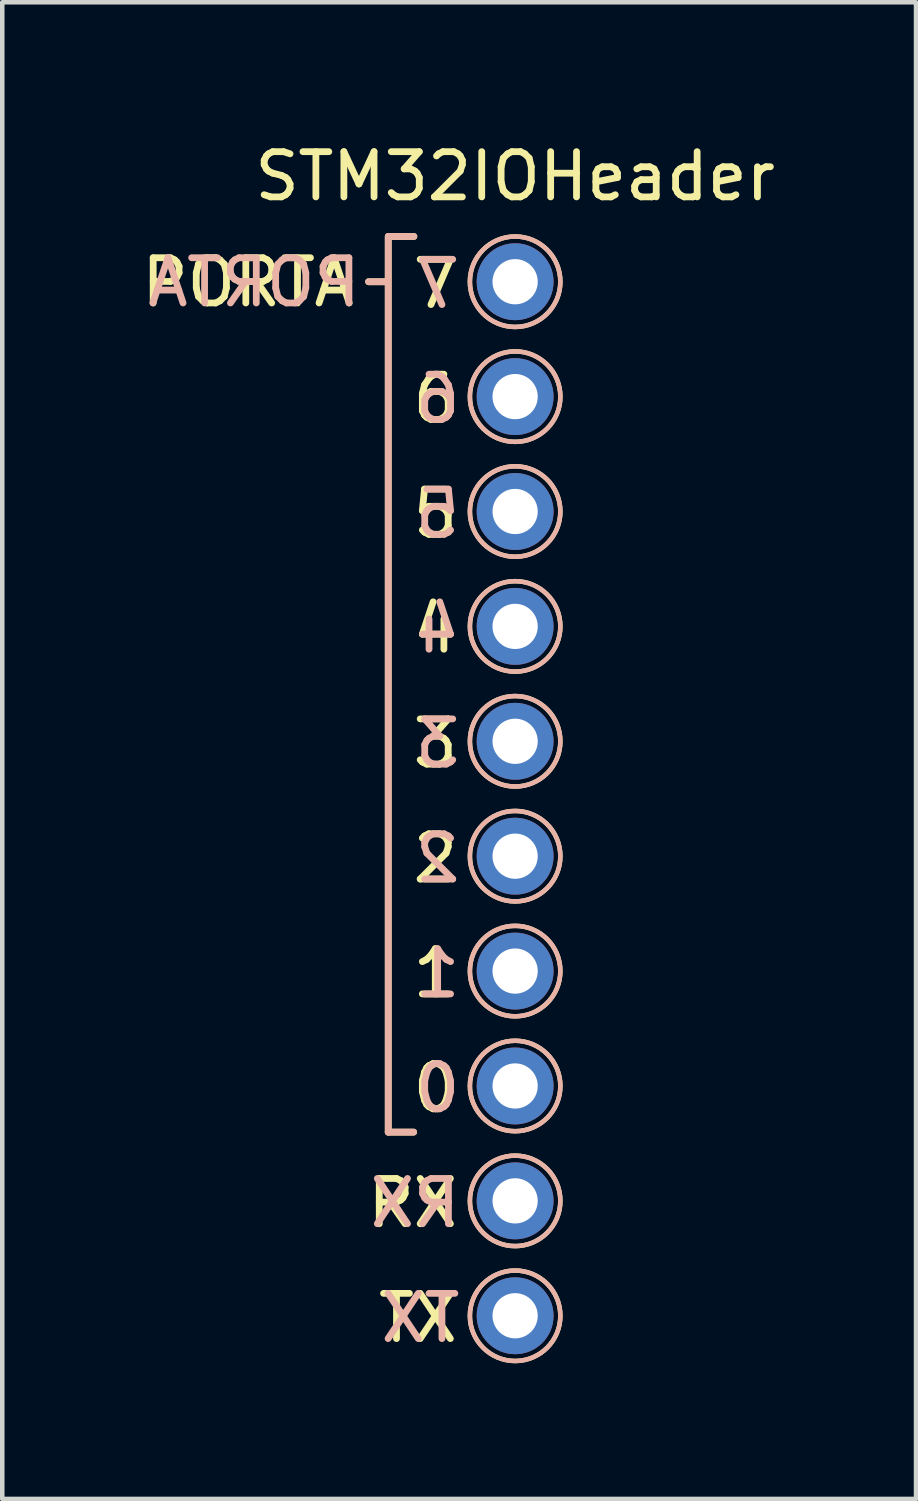
<source format=kicad_pcb>
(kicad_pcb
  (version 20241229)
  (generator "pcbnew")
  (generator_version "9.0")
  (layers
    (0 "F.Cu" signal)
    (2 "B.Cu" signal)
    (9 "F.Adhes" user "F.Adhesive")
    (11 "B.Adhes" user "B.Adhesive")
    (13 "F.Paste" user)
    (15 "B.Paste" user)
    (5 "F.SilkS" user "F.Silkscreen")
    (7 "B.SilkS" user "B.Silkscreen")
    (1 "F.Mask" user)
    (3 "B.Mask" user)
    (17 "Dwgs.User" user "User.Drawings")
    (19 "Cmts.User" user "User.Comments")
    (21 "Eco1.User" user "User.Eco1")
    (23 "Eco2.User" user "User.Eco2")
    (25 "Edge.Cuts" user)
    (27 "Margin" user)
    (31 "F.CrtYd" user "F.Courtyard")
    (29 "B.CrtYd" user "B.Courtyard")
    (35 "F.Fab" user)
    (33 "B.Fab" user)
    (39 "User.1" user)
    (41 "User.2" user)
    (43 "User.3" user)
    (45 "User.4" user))
  (footprint "STM32IOHeader"
    (layer "F.Cu")
    (at 8.338 3.178)
    (property "Reference" "STM32IOHeader" (at 0 -2.33 0) (layer "F.SilkS") (effects (font (size 1 1) (thickness 0.15))))
    (attr through_hole)
    (fp_line (start -3.24 0) (end -2.838 0) (stroke (width 0.15) (type default)) (layer "F.SilkS"))
    (fp_line (start -2.805 18.8) (end -2.805 -1) (stroke (width 0.15) (type default)) (layer "F.SilkS"))
    (fp_line (start -2.8 -1) (end -2.238 -1) (stroke (width 0.15) (type default)) (layer "F.SilkS"))
    (fp_line (start -2.243 18.8) (end -2.805 18.8) (stroke (width 0.15) (type default)) (layer "F.SilkS"))
    (fp_circle (center 0 0) (end 1 0) (stroke (width 0.1) (type default)) (fill no) (layer "F.SilkS"))
    (fp_circle (center 0 2.54) (end 1 2.54) (stroke (width 0.1) (type default)) (fill no) (layer "F.SilkS"))
    (fp_circle (center 0 5.08) (end 1 5.08) (stroke (width 0.1) (type default)) (fill no) (layer "F.SilkS"))
    (fp_circle (center 0 7.62) (end 1 7.62) (stroke (width 0.1) (type default)) (fill no) (layer "F.SilkS"))
    (fp_circle (center 0 10.16) (end 1 10.16) (stroke (width 0.1) (type default)) (fill no) (layer "F.SilkS"))
    (fp_circle (center 0 12.7) (end 1 12.7) (stroke (width 0.1) (type default)) (fill no) (layer "F.SilkS"))
    (fp_circle (center 0 15.24) (end 1 15.24) (stroke (width 0.1) (type default)) (fill no) (layer "F.SilkS"))
    (fp_circle (center 0 17.78) (end 1 17.78) (stroke (width 0.1) (type default)) (fill no) (layer "F.SilkS"))
    (fp_circle (center 0 20.32) (end 1 20.32) (stroke (width 0.1) (type default)) (fill no) (layer "F.SilkS"))
    (fp_circle (center 0 22.86) (end 1 22.86) (stroke (width 0.1) (type default)) (fill no) (layer "F.SilkS"))
    (fp_line (start -3.24 0) (end -2.838 0) (stroke (width 0.15) (type default)) (layer "B.SilkS"))
    (fp_line (start -2.805 -1) (end -2.805 18.8) (stroke (width 0.15) (type default)) (layer "B.SilkS"))
    (fp_line (start -2.8 -1) (end -2.238 -1) (stroke (width 0.15) (type default)) (layer "B.SilkS"))
    (fp_line (start -2.243 18.8) (end -2.805 18.8) (stroke (width 0.15) (type default)) (layer "B.SilkS"))
    (fp_circle (center 0 0) (end -1 0) (stroke (width 0.1) (type default)) (fill no) (layer "B.SilkS"))
    (fp_circle (center 0 2.54) (end -1 2.54) (stroke (width 0.1) (type default)) (fill no) (layer "B.SilkS"))
    (fp_circle (center 0 5.08) (end -1 5.08) (stroke (width 0.1) (type default)) (fill no) (layer "B.SilkS"))
    (fp_circle (center 0 7.62) (end -1 7.62) (stroke (width 0.1) (type default)) (fill no) (layer "B.SilkS"))
    (fp_circle (center 0 10.16) (end -1 10.16) (stroke (width 0.1) (type default)) (fill no) (layer "B.SilkS"))
    (fp_circle (center 0 12.7) (end -1 12.7) (stroke (width 0.1) (type default)) (fill no) (layer "B.SilkS"))
    (fp_circle (center 0 15.24) (end -1 15.24) (stroke (width 0.1) (type default)) (fill no) (layer "B.SilkS"))
    (fp_circle (center 0 17.78) (end -1 17.78) (stroke (width 0.1) (type default)) (fill no) (layer "B.SilkS"))
    (fp_circle (center 0 20.32) (end -1 20.32) (stroke (width 0.1) (type default)) (fill no) (layer "B.SilkS"))
    (fp_circle (center 0 22.86) (end -1 22.86) (stroke (width 0.1) (type default)) (fill no) (layer "B.SilkS"))
    (fp_text user "2" (at -2.34 13.335 0) (unlocked yes) (layer "F.SilkS") (effects (font (size 1 1) (thickness 0.15)) (justify left bottom)))
    (fp_text user "TX" (at -3.102 23.495 0) (unlocked yes) (layer "F.SilkS") (effects (font (size 1 1) (thickness 0.15)) (justify left bottom)))
    (fp_text user "3" (at -2.34 10.795 0) (unlocked yes) (layer "F.SilkS") (effects (font (size 1 1) (thickness 0.15)) (justify left bottom)))
    (fp_text user "4" (at -2.34 8.255 0) (unlocked yes) (layer "F.SilkS") (effects (font (size 1 1) (thickness 0.15)) (justify left bottom)))
    (fp_text user "6" (at -2.34 3.175 0) (unlocked yes) (layer "F.SilkS") (effects (font (size 1 1) (thickness 0.15)) (justify left bottom)))
    (fp_text user "7" (at -2.34 0.635 0) (unlocked yes) (layer "F.SilkS") (effects (font (size 1 1) (thickness 0.15)) (justify left bottom)))
    (fp_text user "0" (at -2.34 18.415 0) (unlocked yes) (layer "F.SilkS") (effects (font (size 1 1) (thickness 0.15)) (justify left bottom)))
    (fp_text user "RX" (at -3.34 20.955 0) (unlocked yes) (layer "F.SilkS") (effects (font (size 1 1) (thickness 0.15)) (justify left bottom)))
    (fp_text user "1" (at -2.34 15.875 0) (unlocked yes) (layer "F.SilkS") (effects (font (size 1 1) (thickness 0.15)) (justify left bottom)))
    (fp_text user "5" (at -2.34 5.715 0) (unlocked yes) (layer "F.SilkS") (effects (font (size 1 1) (thickness 0.15)) (justify left bottom)))
    (fp_text user "PORTA" (at -8.338 0.6 0) (unlocked yes) (layer "F.SilkS") (effects (font (size 1 1) (thickness 0.15)) (justify left bottom)))
    (fp_text user "0" (at -1.138 18.415 0) (unlocked yes) (layer "B.SilkS") (effects (font (size 1 1) (thickness 0.15)) (justify left bottom mirror)))
    (fp_text user "7" (at -1.138 0.635 0) (unlocked yes) (layer "B.SilkS") (effects (font (size 1 1) (thickness 0.15)) (justify left bottom mirror)))
    (fp_text user "1" (at -1.138 15.875 0) (unlocked yes) (layer "B.SilkS") (effects (font (size 1 1) (thickness 0.15)) (justify left bottom mirror)))
    (fp_text user "4" (at -1.138 8.255 0) (unlocked yes) (layer "B.SilkS") (effects (font (size 1 1) (thickness 0.15)) (justify left bottom mirror)))
    (fp_text user "2" (at -1.138 13.335 0) (unlocked yes) (layer "B.SilkS") (effects (font (size 1 1) (thickness 0.15)) (justify left bottom mirror)))
    (fp_text user "5" (at -1.138 5.715 0) (unlocked yes) (layer "B.SilkS") (effects (font (size 1 1) (thickness 0.15)) (justify left bottom mirror)))
    (fp_text user "RX" (at -1.138 20.955 0) (unlocked yes) (layer "B.SilkS") (effects (font (size 1 1) (thickness 0.15)) (justify left bottom mirror)))
    (fp_text user "3" (at -1.138 10.795 0) (unlocked yes) (layer "B.SilkS") (effects (font (size 1 1) (thickness 0.15)) (justify left bottom mirror)))
    (fp_text user "TX" (at -1.138 23.495 0) (unlocked yes) (layer "B.SilkS") (effects (font (size 1 1) (thickness 0.15)) (justify left bottom mirror)))
    (fp_text user "PORTA" (at -3.338 0.6 0) (unlocked yes) (layer "B.SilkS") (effects (font (size 1 1) (thickness 0.15)) (justify left bottom mirror)))
    (fp_text user "6" (at -1.138 3.175 0) (unlocked yes) (layer "B.SilkS") (effects (font (size 1 1) (thickness 0.15)) (justify left bottom mirror)))
    (pad "1" thru_hole circle (at 0 0) (size 1.7 1.7) (drill 1) (layers "*.Cu" "*.Mask"))
    (pad "2" thru_hole oval (at 0 2.54) (size 1.7 1.7) (drill 1) (layers "*.Cu" "*.Mask"))
    (pad "3" thru_hole oval (at 0 5.08) (size 1.7 1.7) (drill 1) (layers "*.Cu" "*.Mask"))
    (pad "4" thru_hole oval (at 0 7.62) (size 1.7 1.7) (drill 1) (layers "*.Cu" "*.Mask"))
    (pad "5" thru_hole oval (at 0 10.16) (size 1.7 1.7) (drill 1) (layers "*.Cu" "*.Mask"))
    (pad "6" thru_hole oval (at 0 12.7) (size 1.7 1.7) (drill 1) (layers "*.Cu" "*.Mask"))
    (pad "7" thru_hole oval (at 0 15.24) (size 1.7 1.7) (drill 1) (layers "*.Cu" "*.Mask"))
    (pad "8" thru_hole oval (at 0 17.78) (size 1.7 1.7) (drill 1) (layers "*.Cu" "*.Mask"))
    (pad "9" thru_hole oval (at 0 20.32) (size 1.7 1.7) (drill 1) (layers "*.Cu" "*.Mask"))
    (pad "10" thru_hole oval (at 0 22.86) (size 1.7 1.7) (drill 1) (layers "*.Cu" "*.Mask")))
  (gr_rect
    (start -3 -3)
    (end 17.201 30.088)
    (stroke (width 0.1) (type default))
    (fill no)
    (layer "Edge.Cuts")))
</source>
